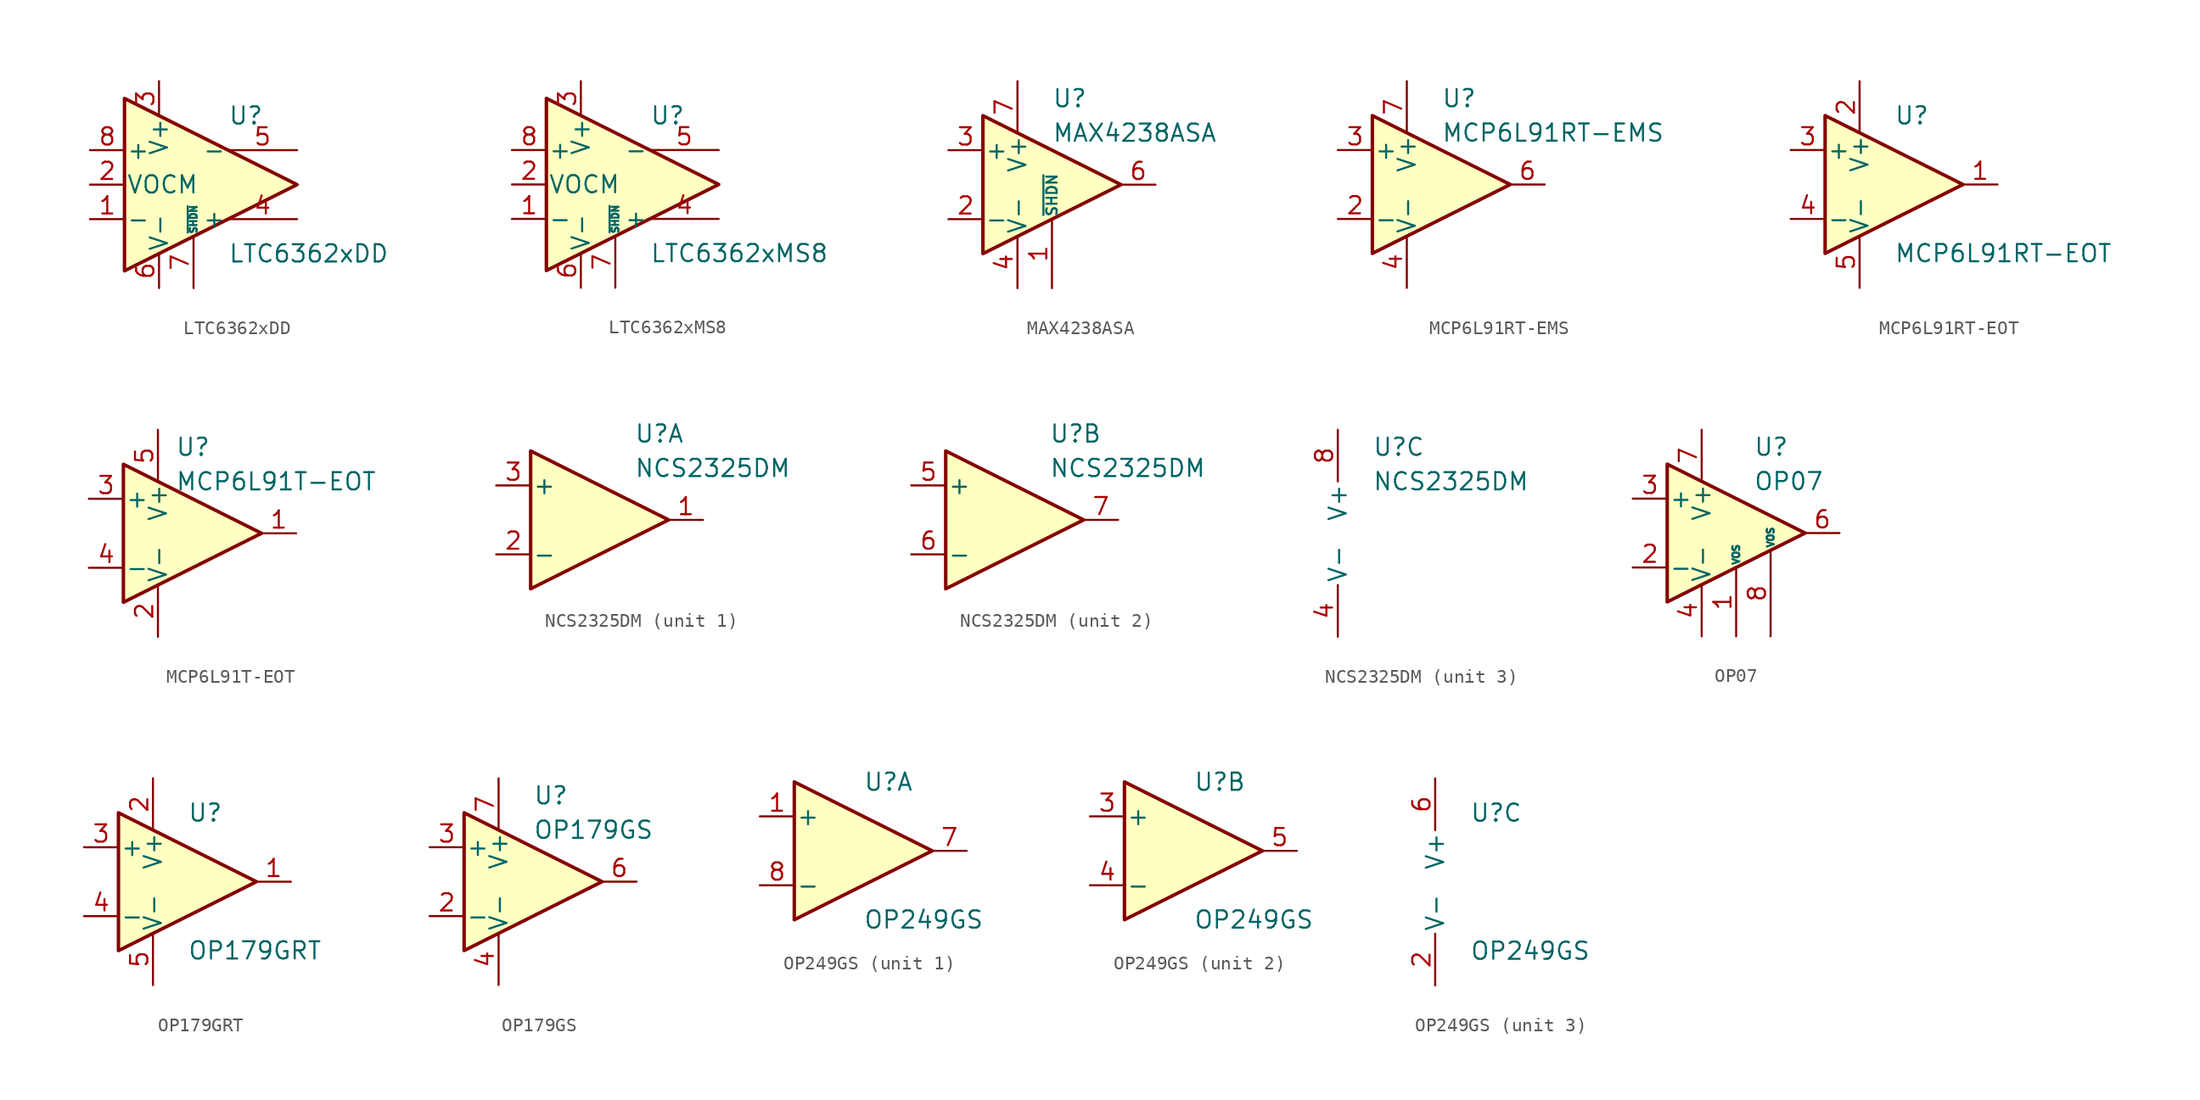
<source format=kicad_sym>
(kicad_symbol_lib
  (version 20201005)
  (generator kicad_symbol_editor)
  (symbol "LTC6362xDD"
    (pin_names
      (offset 0.127))
    (property "Reference" "U"
      (at 2.54 5.08 0)
      (effects (font (size 1.27 1.27)) (justify left)))
    (property "Value" "LTC6362xDD"
      (at 2.54 -5.08 0)
      (effects (font (size 1.27 1.27)) (justify left)))
    (symbol "LTC6362xDD_0_1"
      (polyline (pts (xy -5.08 6.35) (xy -5.08 -6.35) (xy 7.62 0) (xy -5.08 6.35)) (stroke (width 0.254)) (fill (type background))))
    (symbol "LTC6362xDD_1_1"
      (pin input line (at -7.62 -2.54 0) (length 2.54) (name "-" (effects (font (size 1.27 1.27)))) (number "1" (effects (font (size 1.27 1.27)))))
      (pin input line (at -7.62 0 0) (length 2.54) (name "VOCM" (effects (font (size 1.27 1.27)))) (number "2" (effects (font (size 1.27 1.27)))))
      (pin power_in line (at -2.54 7.62 270) (length 2.54) (name "V+" (effects (font (size 1.27 1.27)))) (number "3" (effects (font (size 1.27 1.27)))))
      (pin power_in line (at 7.62 -2.54 180) (length 5.08) (name "+" (effects (font (size 1.27 1.27)))) (number "4" (effects (font (size 1.27 1.27)))))
      (pin power_in line (at 7.62 2.54 180) (length 5.08) (name "-" (effects (font (size 1.27 1.27)))) (number "5" (effects (font (size 1.27 1.27)))))
      (pin power_in line (at -2.54 -7.62 90) (length 2.54) (name "V-" (effects (font (size 1.27 1.27)))) (number "6" (effects (font (size 1.27 1.27)))))
      (pin input line (at 0 -7.62 90) (length 3.81) (name "~SHDN" (effects (font (size 0.508 0.508)))) (number "7" (effects (font (size 1.27 1.27)))))
      (pin input line (at -7.62 2.54 0) (length 2.54) (name "+" (effects (font (size 1.27 1.27)))) (number "8" (effects (font (size 1.27 1.27)))))
      (pin passive line (at -2.54 -7.62 90) (length 2.54) hide (name "V-" (effects (font (size 1.27 1.27)))) (number "9" (effects (font (size 1.27 1.27)))))))
  (symbol "LTC6362xMS8"
    (pin_names
      (offset 0.127))
    (property "Reference" "U"
      (at 2.54 5.08 0)
      (effects (font (size 1.27 1.27)) (justify left)))
    (property "Value" "LTC6362xMS8"
      (at 2.54 -5.08 0)
      (effects (font (size 1.27 1.27)) (justify left)))
    (symbol "LTC6362xMS8_0_1"
      (polyline (pts (xy -5.08 6.35) (xy -5.08 -6.35) (xy 7.62 0) (xy -5.08 6.35)) (stroke (width 0.254)) (fill (type background))))
    (symbol "LTC6362xMS8_1_1"
      (pin input line (at -7.62 -2.54 0) (length 2.54) (name "-" (effects (font (size 1.27 1.27)))) (number "1" (effects (font (size 1.27 1.27)))))
      (pin input line (at -7.62 0 0) (length 2.54) (name "VOCM" (effects (font (size 1.27 1.27)))) (number "2" (effects (font (size 1.27 1.27)))))
      (pin power_in line (at -2.54 7.62 270) (length 2.54) (name "V+" (effects (font (size 1.27 1.27)))) (number "3" (effects (font (size 1.27 1.27)))))
      (pin power_in line (at 7.62 -2.54 180) (length 5.08) (name "+" (effects (font (size 1.27 1.27)))) (number "4" (effects (font (size 1.27 1.27)))))
      (pin power_in line (at 7.62 2.54 180) (length 5.08) (name "-" (effects (font (size 1.27 1.27)))) (number "5" (effects (font (size 1.27 1.27)))))
      (pin power_in line (at -2.54 -7.62 90) (length 2.54) (name "V-" (effects (font (size 1.27 1.27)))) (number "6" (effects (font (size 1.27 1.27)))))
      (pin input line (at 0 -7.62 90) (length 3.81) (name "~SHDN" (effects (font (size 0.508 0.508)))) (number "7" (effects (font (size 1.27 1.27)))))
      (pin input line (at -7.62 2.54 0) (length 2.54) (name "+" (effects (font (size 1.27 1.27)))) (number "8" (effects (font (size 1.27 1.27)))))))
  (symbol "MAX4238ASA"
    (pin_names
      (offset 0.127))
    (property "Reference" "U"
      (at 0 6.35 0)
      (effects (font (size 1.27 1.27)) (justify left)))
    (property "Value" "MAX4238ASA"
      (at 0 3.81 0)
      (effects (font (size 1.27 1.27)) (justify left)))
    (symbol "MAX4238ASA_0_1"
      (polyline (pts (xy -5.08 5.08) (xy 5.08 0) (xy -5.08 -5.08) (xy -5.08 5.08)) (stroke (width 0.254)) (fill (type background))))
    (symbol "MAX4238ASA_1_1"
      (pin input line (at 0 -7.62 90) (length 5.08) (name "~SHDN" (effects (font (size 0.762 0.762)))) (number "1" (effects (font (size 1.27 1.27)))))
      (pin input line (at -7.62 -2.54 0) (length 2.54) (name "-" (effects (font (size 1.27 1.27)))) (number "2" (effects (font (size 1.27 1.27)))))
      (pin input line (at -7.62 2.54 0) (length 2.54) (name "+" (effects (font (size 1.27 1.27)))) (number "3" (effects (font (size 1.27 1.27)))))
      (pin power_in line (at -2.54 -7.62 90) (length 3.81) (name "V-" (effects (font (size 1.27 1.27)))) (number "4" (effects (font (size 1.27 1.27)))))
      (pin no_connect line (at 0 -2.54 90) (length 2.54) hide (name "NC" (effects (font (size 1.27 1.27)))) (number "5" (effects (font (size 1.27 1.27)))))
      (pin output line (at 7.62 0 180) (length 2.54) (name "~" (effects (font (size 1.27 1.27)))) (number "6" (effects (font (size 1.27 1.27)))))
      (pin power_in line (at -2.54 7.62 270) (length 3.81) (name "V+" (effects (font (size 1.27 1.27)))) (number "7" (effects (font (size 1.27 1.27)))))
      (pin no_connect line (at 0 2.54 270) (length 2.54) hide (name "NC" (effects (font (size 1.27 1.27)))) (number "8" (effects (font (size 1.27 1.27)))))))
  (symbol "MCP6L91RT-EMS"
    (pin_names
      (offset 0.127))
    (property "Reference" "U"
      (at 0 6.35 0)
      (effects (font (size 1.27 1.27)) (justify left)))
    (property "Value" "MCP6L91RT-EMS"
      (at 0 3.81 0)
      (effects (font (size 1.27 1.27)) (justify left)))
    (symbol "MCP6L91RT-EMS_0_1"
      (polyline (pts (xy -5.08 5.08) (xy 5.08 0) (xy -5.08 -5.08) (xy -5.08 5.08)) (stroke (width 0.254)) (fill (type background))))
    (symbol "MCP6L91RT-EMS_1_1"
      (pin no_connect line (at -2.54 2.54 270) (length 2.54) hide (name "NC" (effects (font (size 1.27 1.27)))) (number "1" (effects (font (size 1.27 1.27)))))
      (pin input line (at -7.62 -2.54 0) (length 2.54) (name "-" (effects (font (size 1.27 1.27)))) (number "2" (effects (font (size 1.27 1.27)))))
      (pin input line (at -7.62 2.54 0) (length 2.54) (name "+" (effects (font (size 1.27 1.27)))) (number "3" (effects (font (size 1.27 1.27)))))
      (pin power_in line (at -2.54 -7.62 90) (length 3.81) (name "V-" (effects (font (size 1.27 1.27)))) (number "4" (effects (font (size 1.27 1.27)))))
      (pin no_connect line (at 0 2.54 270) (length 2.54) hide (name "NC" (effects (font (size 1.27 1.27)))) (number "5" (effects (font (size 1.27 1.27)))))
      (pin output line (at 7.62 0 180) (length 2.54) (name "~" (effects (font (size 1.27 1.27)))) (number "6" (effects (font (size 1.27 1.27)))))
      (pin power_in line (at -2.54 7.62 270) (length 3.81) (name "V+" (effects (font (size 1.27 1.27)))) (number "7" (effects (font (size 1.27 1.27)))))
      (pin no_connect line (at 0 -2.54 90) (length 2.54) hide (name "NC" (effects (font (size 1.27 1.27)))) (number "8" (effects (font (size 1.27 1.27)))))))
  (symbol "MCP6L91RT-EOT"
    (pin_names
      (offset 0.127))
    (property "Reference" "U"
      (at 0 5.08 0)
      (effects (font (size 1.27 1.27)) (justify left)))
    (property "Value" "MCP6L91RT-EOT"
      (at 0 -5.08 0)
      (effects (font (size 1.27 1.27)) (justify left)))
    (symbol "MCP6L91RT-EOT_0_1"
      (polyline (pts (xy -5.08 5.08) (xy 5.08 0) (xy -5.08 -5.08) (xy -5.08 5.08)) (stroke (width 0.254)) (fill (type background)))
      (pin power_in line (at -2.54 7.62 270) (length 3.81) (name "V+" (effects (font (size 1.27 1.27)))) (number "2" (effects (font (size 1.27 1.27)))))
      (pin power_in line (at -2.54 -7.62 90) (length 3.81) (name "V-" (effects (font (size 1.27 1.27)))) (number "5" (effects (font (size 1.27 1.27))))))
    (symbol "MCP6L91RT-EOT_1_1"
      (pin output line (at 7.62 0 180) (length 2.54) (name "~" (effects (font (size 1.27 1.27)))) (number "1" (effects (font (size 1.27 1.27)))))
      (pin input line (at -7.62 2.54 0) (length 2.54) (name "+" (effects (font (size 1.27 1.27)))) (number "3" (effects (font (size 1.27 1.27)))))
      (pin input line (at -7.62 -2.54 0) (length 2.54) (name "-" (effects (font (size 1.27 1.27)))) (number "4" (effects (font (size 1.27 1.27)))))))
  (symbol "MCP6L91T-EOT"
    (pin_names
      (offset 0.127))
    (property "Reference" "U"
      (at -1.27 6.35 0)
      (effects (font (size 1.27 1.27)) (justify left)))
    (property "Value" "MCP6L91T-EOT"
      (at -1.27 3.81 0)
      (effects (font (size 1.27 1.27)) (justify left)))
    (symbol "MCP6L91T-EOT_0_1"
      (polyline (pts (xy -5.08 5.08) (xy 5.08 0) (xy -5.08 -5.08) (xy -5.08 5.08)) (stroke (width 0.254)) (fill (type background)))
      (pin power_in line (at -2.54 -7.62 90) (length 3.81) (name "V-" (effects (font (size 1.27 1.27)))) (number "2" (effects (font (size 1.27 1.27)))))
      (pin power_in line (at -2.54 7.62 270) (length 3.81) (name "V+" (effects (font (size 1.27 1.27)))) (number "5" (effects (font (size 1.27 1.27))))))
    (symbol "MCP6L91T-EOT_1_1"
      (pin output line (at 7.62 0 180) (length 2.54) (name "~" (effects (font (size 1.27 1.27)))) (number "1" (effects (font (size 1.27 1.27)))))
      (pin input line (at -7.62 2.54 0) (length 2.54) (name "+" (effects (font (size 1.27 1.27)))) (number "3" (effects (font (size 1.27 1.27)))))
      (pin input line (at -7.62 -2.54 0) (length 2.54) (name "-" (effects (font (size 1.27 1.27)))) (number "4" (effects (font (size 1.27 1.27)))))))
  (symbol "NCS2325DM"
    (pin_names
      (offset 0.127))
    (property "Reference" "U"
      (at 2.54 6.35 0)
      (effects (font (size 1.27 1.27)) (justify left)))
    (property "Value" "NCS2325DM"
      (at 2.54 3.81 0)
      (effects (font (size 1.27 1.27)) (justify left)))
    (property "ki_locked" ""
      (at 0 0 0)
      (effects (font (size 1.27 1.27))))
    (symbol "NCS2325DM_1_1"
      (polyline (pts (xy 5.08 0) (xy -5.08 5.08) (xy -5.08 -5.08) (xy 5.08 0)) (stroke (width 0.254)) (fill (type background)))
      (pin output line (at 7.62 0 180) (length 2.54) (name "~" (effects (font (size 1.27 1.27)))) (number "1" (effects (font (size 1.27 1.27)))))
      (pin input line (at -7.62 -2.54 0) (length 2.54) (name "-" (effects (font (size 1.27 1.27)))) (number "2" (effects (font (size 1.27 1.27)))))
      (pin input line (at -7.62 2.54 0) (length 2.54) (name "+" (effects (font (size 1.27 1.27)))) (number "3" (effects (font (size 1.27 1.27))))))
    (symbol "NCS2325DM_2_1"
      (polyline (pts (xy 5.08 0) (xy -5.08 5.08) (xy -5.08 -5.08) (xy 5.08 0)) (stroke (width 0.254)) (fill (type background)))
      (pin input line (at -7.62 2.54 0) (length 2.54) (name "+" (effects (font (size 1.27 1.27)))) (number "5" (effects (font (size 1.27 1.27)))))
      (pin input line (at -7.62 -2.54 0) (length 2.54) (name "-" (effects (font (size 1.27 1.27)))) (number "6" (effects (font (size 1.27 1.27)))))
      (pin output line (at 7.62 0 180) (length 2.54) (name "~" (effects (font (size 1.27 1.27)))) (number "7" (effects (font (size 1.27 1.27))))))
    (symbol "NCS2325DM_3_1"
      (pin power_in line (at 0 -7.62 90) (length 3.81) (name "V-" (effects (font (size 1.27 1.27)))) (number "4" (effects (font (size 1.27 1.27)))))
      (pin power_in line (at 0 7.62 270) (length 3.81) (name "V+" (effects (font (size 1.27 1.27)))) (number "8" (effects (font (size 1.27 1.27)))))))
  (symbol "OP07"
    (pin_names
      (offset 0.127))
    (property "Reference" "U"
      (at 1.27 6.35 0)
      (effects (font (size 1.27 1.27)) (justify left)))
    (property "Value" "OP07"
      (at 1.27 3.81 0)
      (effects (font (size 1.27 1.27)) (justify left)))
    (symbol "OP07_0_1"
      (polyline (pts (xy -5.08 5.08) (xy 5.08 0) (xy -5.08 -5.08) (xy -5.08 5.08)) (stroke (width 0.254)) (fill (type background))))
    (symbol "OP07_1_1"
      (pin input line (at 0 -7.62 90) (length 5.08) (name "VOS" (effects (font (size 0.508 0.508)))) (number "1" (effects (font (size 1.27 1.27)))))
      (pin input line (at -7.62 -2.54 0) (length 2.54) (name "-" (effects (font (size 1.27 1.27)))) (number "2" (effects (font (size 1.27 1.27)))))
      (pin input line (at -7.62 2.54 0) (length 2.54) (name "+" (effects (font (size 1.27 1.27)))) (number "3" (effects (font (size 1.27 1.27)))))
      (pin power_in line (at -2.54 -7.62 90) (length 3.81) (name "V-" (effects (font (size 1.27 1.27)))) (number "4" (effects (font (size 1.27 1.27)))))
      (pin no_connect line (at 0 2.54 270) (length 2.54) hide (name "NC" (effects (font (size 1.27 1.27)))) (number "5" (effects (font (size 1.27 1.27)))))
      (pin output line (at 7.62 0 180) (length 2.54) (name "~" (effects (font (size 1.27 1.27)))) (number "6" (effects (font (size 1.27 1.27)))))
      (pin power_in line (at -2.54 7.62 270) (length 3.81) (name "V+" (effects (font (size 1.27 1.27)))) (number "7" (effects (font (size 1.27 1.27)))))
      (pin input line (at 2.54 -7.62 90) (length 6.35) (name "VOS" (effects (font (size 0.508 0.508)))) (number "8" (effects (font (size 1.27 1.27)))))))
  (symbol "OP179GRT"
    (pin_names
      (offset 0.127))
    (property "Reference" "U"
      (at 0 5.08 0)
      (effects (font (size 1.27 1.27)) (justify left)))
    (property "Value" "OP179GRT"
      (at 0 -5.08 0)
      (effects (font (size 1.27 1.27)) (justify left)))
    (symbol "OP179GRT_0_1"
      (polyline (pts (xy -5.08 5.08) (xy 5.08 0) (xy -5.08 -5.08) (xy -5.08 5.08)) (stroke (width 0.254)) (fill (type background)))
      (pin power_in line (at -2.54 7.62 270) (length 3.81) (name "V+" (effects (font (size 1.27 1.27)))) (number "2" (effects (font (size 1.27 1.27)))))
      (pin power_in line (at -2.54 -7.62 90) (length 3.81) (name "V-" (effects (font (size 1.27 1.27)))) (number "5" (effects (font (size 1.27 1.27))))))
    (symbol "OP179GRT_1_1"
      (pin output line (at 7.62 0 180) (length 2.54) (name "~" (effects (font (size 1.27 1.27)))) (number "1" (effects (font (size 1.27 1.27)))))
      (pin input line (at -7.62 2.54 0) (length 2.54) (name "+" (effects (font (size 1.27 1.27)))) (number "3" (effects (font (size 1.27 1.27)))))
      (pin input line (at -7.62 -2.54 0) (length 2.54) (name "-" (effects (font (size 1.27 1.27)))) (number "4" (effects (font (size 1.27 1.27)))))))
  (symbol "OP179GS"
    (pin_names
      (offset 0.127))
    (property "Reference" "U"
      (at 0 6.35 0)
      (effects (font (size 1.27 1.27)) (justify left)))
    (property "Value" "OP179GS"
      (at 0 3.81 0)
      (effects (font (size 1.27 1.27)) (justify left)))
    (symbol "OP179GS_0_1"
      (polyline (pts (xy -5.08 5.08) (xy 5.08 0) (xy -5.08 -5.08) (xy -5.08 5.08)) (stroke (width 0.254)) (fill (type background))))
    (symbol "OP179GS_1_1"
      (pin no_connect line (at -5.08 -2.54 90) (length 2.54) hide (name "NC" (effects (font (size 1.27 1.27)))) (number "1" (effects (font (size 1.27 1.27)))))
      (pin input line (at -7.62 -2.54 0) (length 2.54) (name "-" (effects (font (size 1.27 1.27)))) (number "2" (effects (font (size 1.27 1.27)))))
      (pin input line (at -7.62 2.54 0) (length 2.54) (name "+" (effects (font (size 1.27 1.27)))) (number "3" (effects (font (size 1.27 1.27)))))
      (pin power_in line (at -2.54 -7.62 90) (length 3.81) (name "V-" (effects (font (size 1.27 1.27)))) (number "4" (effects (font (size 1.27 1.27)))))
      (pin no_connect line (at -2.54 -2.54 90) (length 2.54) hide (name "NC" (effects (font (size 1.27 1.27)))) (number "5" (effects (font (size 1.27 1.27)))))
      (pin output line (at 7.62 0 180) (length 2.54) (name "~" (effects (font (size 1.27 1.27)))) (number "6" (effects (font (size 1.27 1.27)))))
      (pin power_in line (at -2.54 7.62 270) (length 3.81) (name "V+" (effects (font (size 1.27 1.27)))) (number "7" (effects (font (size 1.27 1.27)))))
      (pin no_connect line (at 0 -2.54 90) (length 2.54) hide (name "NC" (effects (font (size 1.27 1.27)))) (number "8" (effects (font (size 1.27 1.27)))))))
  (symbol "OP249GS"
    (pin_names
      (offset 0.127))
    (property "Reference" "U"
      (at 0 5.08 0)
      (effects (font (size 1.27 1.27)) (justify left)))
    (property "Value" "OP249GS"
      (at 0 -5.08 0)
      (effects (font (size 1.27 1.27)) (justify left)))
    (property "ki_locked" ""
      (at 0 0 0)
      (effects (font (size 1.27 1.27))))
    (symbol "OP249GS_1_1"
      (polyline (pts (xy -5.08 5.08) (xy 5.08 0) (xy -5.08 -5.08) (xy -5.08 5.08)) (stroke (width 0.254)) (fill (type background)))
      (pin input line (at -7.62 2.54 0) (length 2.54) (name "+" (effects (font (size 1.27 1.27)))) (number "1" (effects (font (size 1.27 1.27)))))
      (pin output line (at 7.62 0 180) (length 2.54) (name "~" (effects (font (size 1.27 1.27)))) (number "7" (effects (font (size 1.27 1.27)))))
      (pin input line (at -7.62 -2.54 0) (length 2.54) (name "-" (effects (font (size 1.27 1.27)))) (number "8" (effects (font (size 1.27 1.27))))))
    (symbol "OP249GS_2_1"
      (polyline (pts (xy -5.08 5.08) (xy 5.08 0) (xy -5.08 -5.08) (xy -5.08 5.08)) (stroke (width 0.254)) (fill (type background)))
      (pin input line (at -7.62 2.54 0) (length 2.54) (name "+" (effects (font (size 1.27 1.27)))) (number "3" (effects (font (size 1.27 1.27)))))
      (pin input line (at -7.62 -2.54 0) (length 2.54) (name "-" (effects (font (size 1.27 1.27)))) (number "4" (effects (font (size 1.27 1.27)))))
      (pin output line (at 7.62 0 180) (length 2.54) (name "~" (effects (font (size 1.27 1.27)))) (number "5" (effects (font (size 1.27 1.27))))))
    (symbol "OP249GS_3_1"
      (pin power_in line (at -2.54 -7.62 90) (length 3.81) (name "V-" (effects (font (size 1.27 1.27)))) (number "2" (effects (font (size 1.27 1.27)))))
      (pin power_in line (at -2.54 7.62 270) (length 3.81) (name "V+" (effects (font (size 1.27 1.27)))) (number "6" (effects (font (size 1.27 1.27))))))))
</source>
